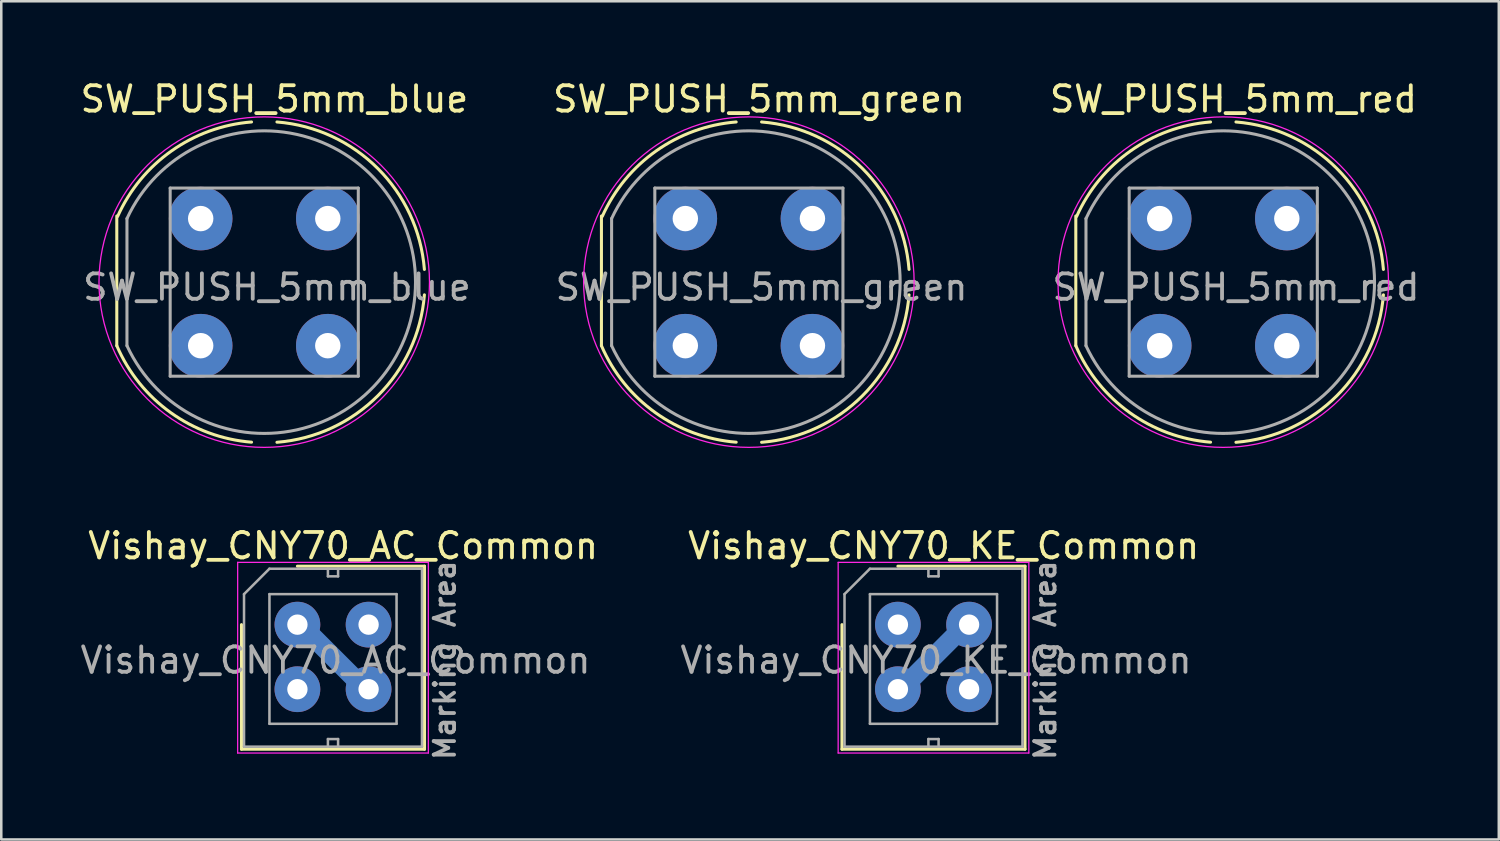
<source format=kicad_pcb>
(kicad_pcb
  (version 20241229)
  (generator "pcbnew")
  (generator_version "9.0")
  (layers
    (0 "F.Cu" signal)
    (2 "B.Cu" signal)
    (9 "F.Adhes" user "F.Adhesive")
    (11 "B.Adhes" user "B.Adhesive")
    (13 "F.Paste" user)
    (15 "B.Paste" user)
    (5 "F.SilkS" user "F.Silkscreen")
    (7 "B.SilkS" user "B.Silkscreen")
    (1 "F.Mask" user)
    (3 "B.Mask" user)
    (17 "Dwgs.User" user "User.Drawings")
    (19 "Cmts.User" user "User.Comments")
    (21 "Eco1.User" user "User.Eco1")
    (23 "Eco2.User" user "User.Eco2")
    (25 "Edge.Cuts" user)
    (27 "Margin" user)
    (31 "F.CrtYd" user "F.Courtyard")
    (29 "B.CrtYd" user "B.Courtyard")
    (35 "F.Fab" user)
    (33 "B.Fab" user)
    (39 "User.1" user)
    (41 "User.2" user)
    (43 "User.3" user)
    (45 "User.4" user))
  (footprint "SW_PUSH_5mm_blue"
    (layer "F.Cu")
    (at 4.844 5.548)
    (property "Reference" "SW_PUSH_5mm_blue" (at 2.9 -4.7 0) (layer "F.SilkS") (effects (font (size 1 1) (thickness 0.15))))
    (attr through_hole)
    (fp_line (start -3.3 -0.1) (end -3.3 5) (stroke (width 0.12) (type solid)) (layer "F.SilkS"))
    (fp_arc (start -3.266886 -0.085156) (mid -1.142593 -2.664448) (end 2 -3.8) (stroke (width 0.12) (type solid)) (layer "F.SilkS"))
    (fp_arc (start 2.000311 8.796055) (mid -1.177503 7.63478) (end -3.3 5) (stroke (width 0.12) (type solid)) (layer "F.SilkS"))
    (fp_arc (start 3 -3.8) (mid 6.968781 -1.968781) (end 8.8 2) (stroke (width 0.12) (type solid)) (layer "F.SilkS"))
    (fp_arc (start 8.8 3) (mid 6.968781 6.968781) (end 3 8.8) (stroke (width 0.12) (type solid)) (layer "F.SilkS"))
    (fp_circle (center 2.5 2.5) (end 9 2.5) (stroke (width 0.05) (type solid)) (fill no) (layer "F.CrtYd"))
    (fp_line (start -2.9 0) (end -2.9 5) (stroke (width 0.12) (type solid)) (layer "F.Fab"))
    (fp_line (start -1.2 -1.2) (end 6.2 -1.2) (stroke (width 0.12) (type solid)) (layer "F.Fab"))
    (fp_line (start -1.2 6.2) (end -1.2 -1.2) (stroke (width 0.12) (type solid)) (layer "F.Fab"))
    (fp_line (start 6.2 -1.2) (end 6.2 6.2) (stroke (width 0.12) (type solid)) (layer "F.Fab"))
    (fp_line (start 6.2 6.2) (end -1.2 6.2) (stroke (width 0.12) (type solid)) (layer "F.Fab"))
    (fp_arc (start -2.900001 0.000001) (mid 8.450631 2.499999) (end -2.9 5) (stroke (width 0.12) (type solid)) (layer "F.Fab"))
    (fp_text user "${REFERENCE}" (at 3 2.7 0) (layer "F.Fab") (effects (font (size 1 1) (thickness 0.15))))
    (pad "1" thru_hole circle (at 0 0 90) (size 2.5 2.5) (drill 1) (layers "*.Cu" "*.Mask"))
    (pad "1" thru_hole circle (at 5 0 90) (size 2.5 2.5) (drill 1) (layers "*.Cu" "*.Mask"))
    (pad "2" thru_hole circle (at 0 5 90) (size 2.5 2.5) (drill 1) (layers "*.Cu" "*.Mask"))
    (pad "2" thru_hole circle (at 5 5 90) (size 2.5 2.5) (drill 1) (layers "*.Cu" "*.Mask")))
  (footprint "SW_PUSH_5mm_green"
    (layer "F.Cu")
    (at 23.908 5.548)
    (property "Reference" "SW_PUSH_5mm_green" (at 2.9 -4.7 0) (layer "F.SilkS") (effects (font (size 1 1) (thickness 0.15))))
    (attr through_hole)
    (fp_line (start -3.3 -0.1) (end -3.3 5) (stroke (width 0.12) (type solid)) (layer "F.SilkS"))
    (fp_arc (start -3.266886 -0.085156) (mid -1.142593 -2.664448) (end 2 -3.8) (stroke (width 0.12) (type solid)) (layer "F.SilkS"))
    (fp_arc (start 2.000311 8.796055) (mid -1.177503 7.63478) (end -3.3 5) (stroke (width 0.12) (type solid)) (layer "F.SilkS"))
    (fp_arc (start 3 -3.8) (mid 6.968781 -1.968781) (end 8.8 2) (stroke (width 0.12) (type solid)) (layer "F.SilkS"))
    (fp_arc (start 8.8 3) (mid 6.968781 6.968781) (end 3 8.8) (stroke (width 0.12) (type solid)) (layer "F.SilkS"))
    (fp_circle (center 2.5 2.5) (end 9 2.5) (stroke (width 0.05) (type solid)) (fill no) (layer "F.CrtYd"))
    (fp_line (start -2.9 0) (end -2.9 5) (stroke (width 0.12) (type solid)) (layer "F.Fab"))
    (fp_line (start -1.2 -1.2) (end 6.2 -1.2) (stroke (width 0.12) (type solid)) (layer "F.Fab"))
    (fp_line (start -1.2 6.2) (end -1.2 -1.2) (stroke (width 0.12) (type solid)) (layer "F.Fab"))
    (fp_line (start 6.2 -1.2) (end 6.2 6.2) (stroke (width 0.12) (type solid)) (layer "F.Fab"))
    (fp_line (start 6.2 6.2) (end -1.2 6.2) (stroke (width 0.12) (type solid)) (layer "F.Fab"))
    (fp_arc (start -2.900001 0.000001) (mid 8.450631 2.499999) (end -2.9 5) (stroke (width 0.12) (type solid)) (layer "F.Fab"))
    (fp_text user "${REFERENCE}" (at 3 2.7 0) (layer "F.Fab") (effects (font (size 1 1) (thickness 0.15))))
    (pad "1" thru_hole circle (at 0 0 90) (size 2.5 2.5) (drill 1) (layers "*.Cu" "*.Mask"))
    (pad "1" thru_hole circle (at 5 0 90) (size 2.5 2.5) (drill 1) (layers "*.Cu" "*.Mask"))
    (pad "2" thru_hole circle (at 0 5 90) (size 2.5 2.5) (drill 1) (layers "*.Cu" "*.Mask"))
    (pad "2" thru_hole circle (at 5 5 90) (size 2.5 2.5) (drill 1) (layers "*.Cu" "*.Mask")))
  (footprint "Vishay_CNY70_KE_Common"
    (layer "F.Cu")
    (at 32.27 21.521)
    (property "Reference" "Vishay_CNY70_KE_Common" (at 1.8 -3.1 0) (layer "F.SilkS") (effects (font (size 1 1) (thickness 0.15))))
    (attr through_hole)
    (fp_line (start -2.2 0) (end -2.2 4.9) (stroke (width 0.12) (type solid)) (layer "F.SilkS"))
    (fp_line (start -2.2 4.9) (end 5 4.9) (stroke (width 0.12) (type solid)) (layer "F.SilkS"))
    (fp_line (start 5 -2.3) (end 0 -2.3) (stroke (width 0.12) (type solid)) (layer "F.SilkS"))
    (fp_line (start 5 4.9) (end 5 -2.3) (stroke (width 0.12) (type solid)) (layer "F.SilkS"))
    (fp_line (start -2.35 -2.45) (end -2.35 5.05) (stroke (width 0.05) (type solid)) (layer "F.CrtYd"))
    (fp_line (start -2.35 -2.45) (end 5.15 -2.45) (stroke (width 0.05) (type solid)) (layer "F.CrtYd"))
    (fp_line (start 5.15 5.05) (end -2.35 5.05) (stroke (width 0.05) (type solid)) (layer "F.CrtYd"))
    (fp_line (start 5.15 5.05) (end 5.15 -2.45) (stroke (width 0.05) (type solid)) (layer "F.CrtYd"))
    (fp_line (start -2.1 -1.2) (end -1.1 -2.2) (stroke (width 0.1) (type solid)) (layer "F.Fab"))
    (fp_line (start -2.1 4.8) (end -2.1 -1.2) (stroke (width 0.1) (type solid)) (layer "F.Fab"))
    (fp_line (start -1.1 -2.2) (end 4.9 -2.2) (stroke (width 0.1) (type solid)) (layer "F.Fab"))
    (fp_line (start -1.1 -1.2) (end -1.1 3.9) (stroke (width 0.1) (type solid)) (layer "F.Fab"))
    (fp_line (start -1.1 3.9) (end 3.9 3.9) (stroke (width 0.1) (type solid)) (layer "F.Fab"))
    (fp_line (start 1.2 -2.2) (end 1.2 -1.9) (stroke (width 0.1) (type solid)) (layer "F.Fab"))
    (fp_line (start 1.2 -1.9) (end 1.6 -1.9) (stroke (width 0.1) (type solid)) (layer "F.Fab"))
    (fp_line (start 1.2 4.5) (end 1.2 4.8) (stroke (width 0.1) (type solid)) (layer "F.Fab"))
    (fp_line (start 1.6 -1.9) (end 1.6 -2.2) (stroke (width 0.1) (type solid)) (layer "F.Fab"))
    (fp_line (start 1.6 4.5) (end 1.2 4.5) (stroke (width 0.1) (type solid)) (layer "F.Fab"))
    (fp_line (start 1.6 4.8) (end 1.6 4.5) (stroke (width 0.1) (type solid)) (layer "F.Fab"))
    (fp_line (start 3.9 -1.2) (end -1.1 -1.2) (stroke (width 0.1) (type solid)) (layer "F.Fab"))
    (fp_line (start 3.9 3.9) (end 3.9 -1.2) (stroke (width 0.1) (type solid)) (layer "F.Fab"))
    (fp_line (start 4.9 -2.2) (end 4.9 4.8) (stroke (width 0.1) (type solid)) (layer "F.Fab"))
    (fp_line (start 4.9 4.8) (end -2.1 4.8) (stroke (width 0.1) (type solid)) (layer "F.Fab"))
    (fp_text user "Marking Area" (at 5.8 1.4 90) (layer "F.Fab") (effects (font (size 0.8 0.8) (thickness 0.15))))
    (fp_text user "${REFERENCE}" (at 1.5 1.4 0) (layer "F.Fab") (effects (font (size 1 1) (thickness 0.15))))
    (pad "1" thru_hole circle (at 0 0) (size 1.8 1.8) (drill 0.8) (layers "*.Cu" "*.Mask"))
    (pad "2" thru_hole circle (at 0 2.54) (size 1.8 1.8) (drill 0.8) (layers "*.Cu" "*.Mask"))
    (pad "2" smd rect (at 1.4 1.27 315) (size 0.75 3) (layers "B.Cu"))
    (pad "2" thru_hole circle (at 2.8 0) (size 1.8 1.8) (drill 0.8) (layers "*.Cu" "*.Mask"))
    (pad "3" thru_hole circle (at 2.8 2.54) (size 1.8 1.8) (drill 0.8) (layers "*.Cu" "*.Mask")))
  (footprint "SW_PUSH_5mm_red"
    (layer "F.Cu")
    (at 42.568 5.548)
    (property "Reference" "SW_PUSH_5mm_red" (at 2.9 -4.7 0) (layer "F.SilkS") (effects (font (size 1 1) (thickness 0.15))))
    (attr through_hole)
    (fp_line (start -3.3 -0.1) (end -3.3 5) (stroke (width 0.12) (type solid)) (layer "F.SilkS"))
    (fp_arc (start -3.266886 -0.085156) (mid -1.142593 -2.664448) (end 2 -3.8) (stroke (width 0.12) (type solid)) (layer "F.SilkS"))
    (fp_arc (start 2.000311 8.796055) (mid -1.177503 7.63478) (end -3.3 5) (stroke (width 0.12) (type solid)) (layer "F.SilkS"))
    (fp_arc (start 3 -3.8) (mid 6.968781 -1.968781) (end 8.8 2) (stroke (width 0.12) (type solid)) (layer "F.SilkS"))
    (fp_arc (start 8.8 3) (mid 6.968781 6.968781) (end 3 8.8) (stroke (width 0.12) (type solid)) (layer "F.SilkS"))
    (fp_circle (center 2.5 2.5) (end 9 2.5) (stroke (width 0.05) (type solid)) (fill no) (layer "F.CrtYd"))
    (fp_line (start -2.9 0) (end -2.9 5) (stroke (width 0.12) (type solid)) (layer "F.Fab"))
    (fp_line (start -1.2 -1.2) (end 6.2 -1.2) (stroke (width 0.12) (type solid)) (layer "F.Fab"))
    (fp_line (start -1.2 6.2) (end -1.2 -1.2) (stroke (width 0.12) (type solid)) (layer "F.Fab"))
    (fp_line (start 6.2 -1.2) (end 6.2 6.2) (stroke (width 0.12) (type solid)) (layer "F.Fab"))
    (fp_line (start 6.2 6.2) (end -1.2 6.2) (stroke (width 0.12) (type solid)) (layer "F.Fab"))
    (fp_arc (start -2.900001 0.000001) (mid 8.450631 2.499999) (end -2.9 5) (stroke (width 0.12) (type solid)) (layer "F.Fab"))
    (fp_text user "${REFERENCE}" (at 3 2.7 0) (layer "F.Fab") (effects (font (size 1 1) (thickness 0.15))))
    (pad "1" thru_hole circle (at 0 0 90) (size 2.5 2.5) (drill 1) (layers "*.Cu" "*.Mask"))
    (pad "1" thru_hole circle (at 5 0 90) (size 2.5 2.5) (drill 1) (layers "*.Cu" "*.Mask"))
    (pad "2" thru_hole circle (at 0 5 90) (size 2.5 2.5) (drill 1) (layers "*.Cu" "*.Mask"))
    (pad "2" thru_hole circle (at 5 5 90) (size 2.5 2.5) (drill 1) (layers "*.Cu" "*.Mask")))
  (footprint "Vishay_CNY70_AC_Common"
    (layer "F.Cu")
    (at 8.649 21.521)
    (property "Reference" "Vishay_CNY70_AC_Common" (at 1.8 -3.1 0) (layer "F.SilkS") (effects (font (size 1 1) (thickness 0.15))))
    (attr through_hole)
    (fp_line (start -2.2 0) (end -2.2 4.9) (stroke (width 0.12) (type solid)) (layer "F.SilkS"))
    (fp_line (start -2.2 4.9) (end 5 4.9) (stroke (width 0.12) (type solid)) (layer "F.SilkS"))
    (fp_line (start 5 -2.3) (end 0 -2.3) (stroke (width 0.12) (type solid)) (layer "F.SilkS"))
    (fp_line (start 5 4.9) (end 5 -2.3) (stroke (width 0.12) (type solid)) (layer "F.SilkS"))
    (fp_line (start -2.35 -2.45) (end -2.35 5.05) (stroke (width 0.05) (type solid)) (layer "F.CrtYd"))
    (fp_line (start -2.35 -2.45) (end 5.15 -2.45) (stroke (width 0.05) (type solid)) (layer "F.CrtYd"))
    (fp_line (start 5.15 5.05) (end -2.35 5.05) (stroke (width 0.05) (type solid)) (layer "F.CrtYd"))
    (fp_line (start 5.15 5.05) (end 5.15 -2.45) (stroke (width 0.05) (type solid)) (layer "F.CrtYd"))
    (fp_line (start -2.1 -1.2) (end -1.1 -2.2) (stroke (width 0.1) (type solid)) (layer "F.Fab"))
    (fp_line (start -2.1 4.8) (end -2.1 -1.2) (stroke (width 0.1) (type solid)) (layer "F.Fab"))
    (fp_line (start -1.1 -2.2) (end 4.9 -2.2) (stroke (width 0.1) (type solid)) (layer "F.Fab"))
    (fp_line (start -1.1 -1.2) (end -1.1 3.9) (stroke (width 0.1) (type solid)) (layer "F.Fab"))
    (fp_line (start -1.1 3.9) (end 3.9 3.9) (stroke (width 0.1) (type solid)) (layer "F.Fab"))
    (fp_line (start 1.2 -2.2) (end 1.2 -1.9) (stroke (width 0.1) (type solid)) (layer "F.Fab"))
    (fp_line (start 1.2 -1.9) (end 1.6 -1.9) (stroke (width 0.1) (type solid)) (layer "F.Fab"))
    (fp_line (start 1.2 4.5) (end 1.2 4.8) (stroke (width 0.1) (type solid)) (layer "F.Fab"))
    (fp_line (start 1.6 -1.9) (end 1.6 -2.2) (stroke (width 0.1) (type solid)) (layer "F.Fab"))
    (fp_line (start 1.6 4.5) (end 1.2 4.5) (stroke (width 0.1) (type solid)) (layer "F.Fab"))
    (fp_line (start 1.6 4.8) (end 1.6 4.5) (stroke (width 0.1) (type solid)) (layer "F.Fab"))
    (fp_line (start 3.9 -1.2) (end -1.1 -1.2) (stroke (width 0.1) (type solid)) (layer "F.Fab"))
    (fp_line (start 3.9 3.9) (end 3.9 -1.2) (stroke (width 0.1) (type solid)) (layer "F.Fab"))
    (fp_line (start 4.9 -2.2) (end 4.9 4.8) (stroke (width 0.1) (type solid)) (layer "F.Fab"))
    (fp_line (start 4.9 4.8) (end -2.1 4.8) (stroke (width 0.1) (type solid)) (layer "F.Fab"))
    (fp_text user "Marking Area" (at 5.8 1.4 90) (layer "F.Fab") (effects (font (size 0.8 0.8) (thickness 0.15))))
    (fp_text user "${REFERENCE}" (at 1.5 1.4 0) (layer "F.Fab") (effects (font (size 1 1) (thickness 0.15))))
    (pad "1" thru_hole circle (at 0 0) (size 1.8 1.8) (drill 0.8) (layers "*.Cu" "*.Mask"))
    (pad "1" smd rect (at 1.4 1.27 45) (size 0.75 3) (layers "B.Cu"))
    (pad "1" thru_hole circle (at 2.8 2.54) (size 1.8 1.8) (drill 0.8) (layers "*.Cu" "*.Mask"))
    (pad "2" thru_hole circle (at 0 2.54) (size 1.8 1.8) (drill 0.8) (layers "*.Cu" "*.Mask"))
    (pad "4" thru_hole circle (at 2.8 0) (size 1.8 1.8) (drill 0.8) (layers "*.Cu" "*.Mask")))
  (gr_rect
    (start -3 -3)
    (end 55.907 29.971)
    (stroke (width 0.1) (type default))
    (fill no)
    (layer "Edge.Cuts")))
</source>
